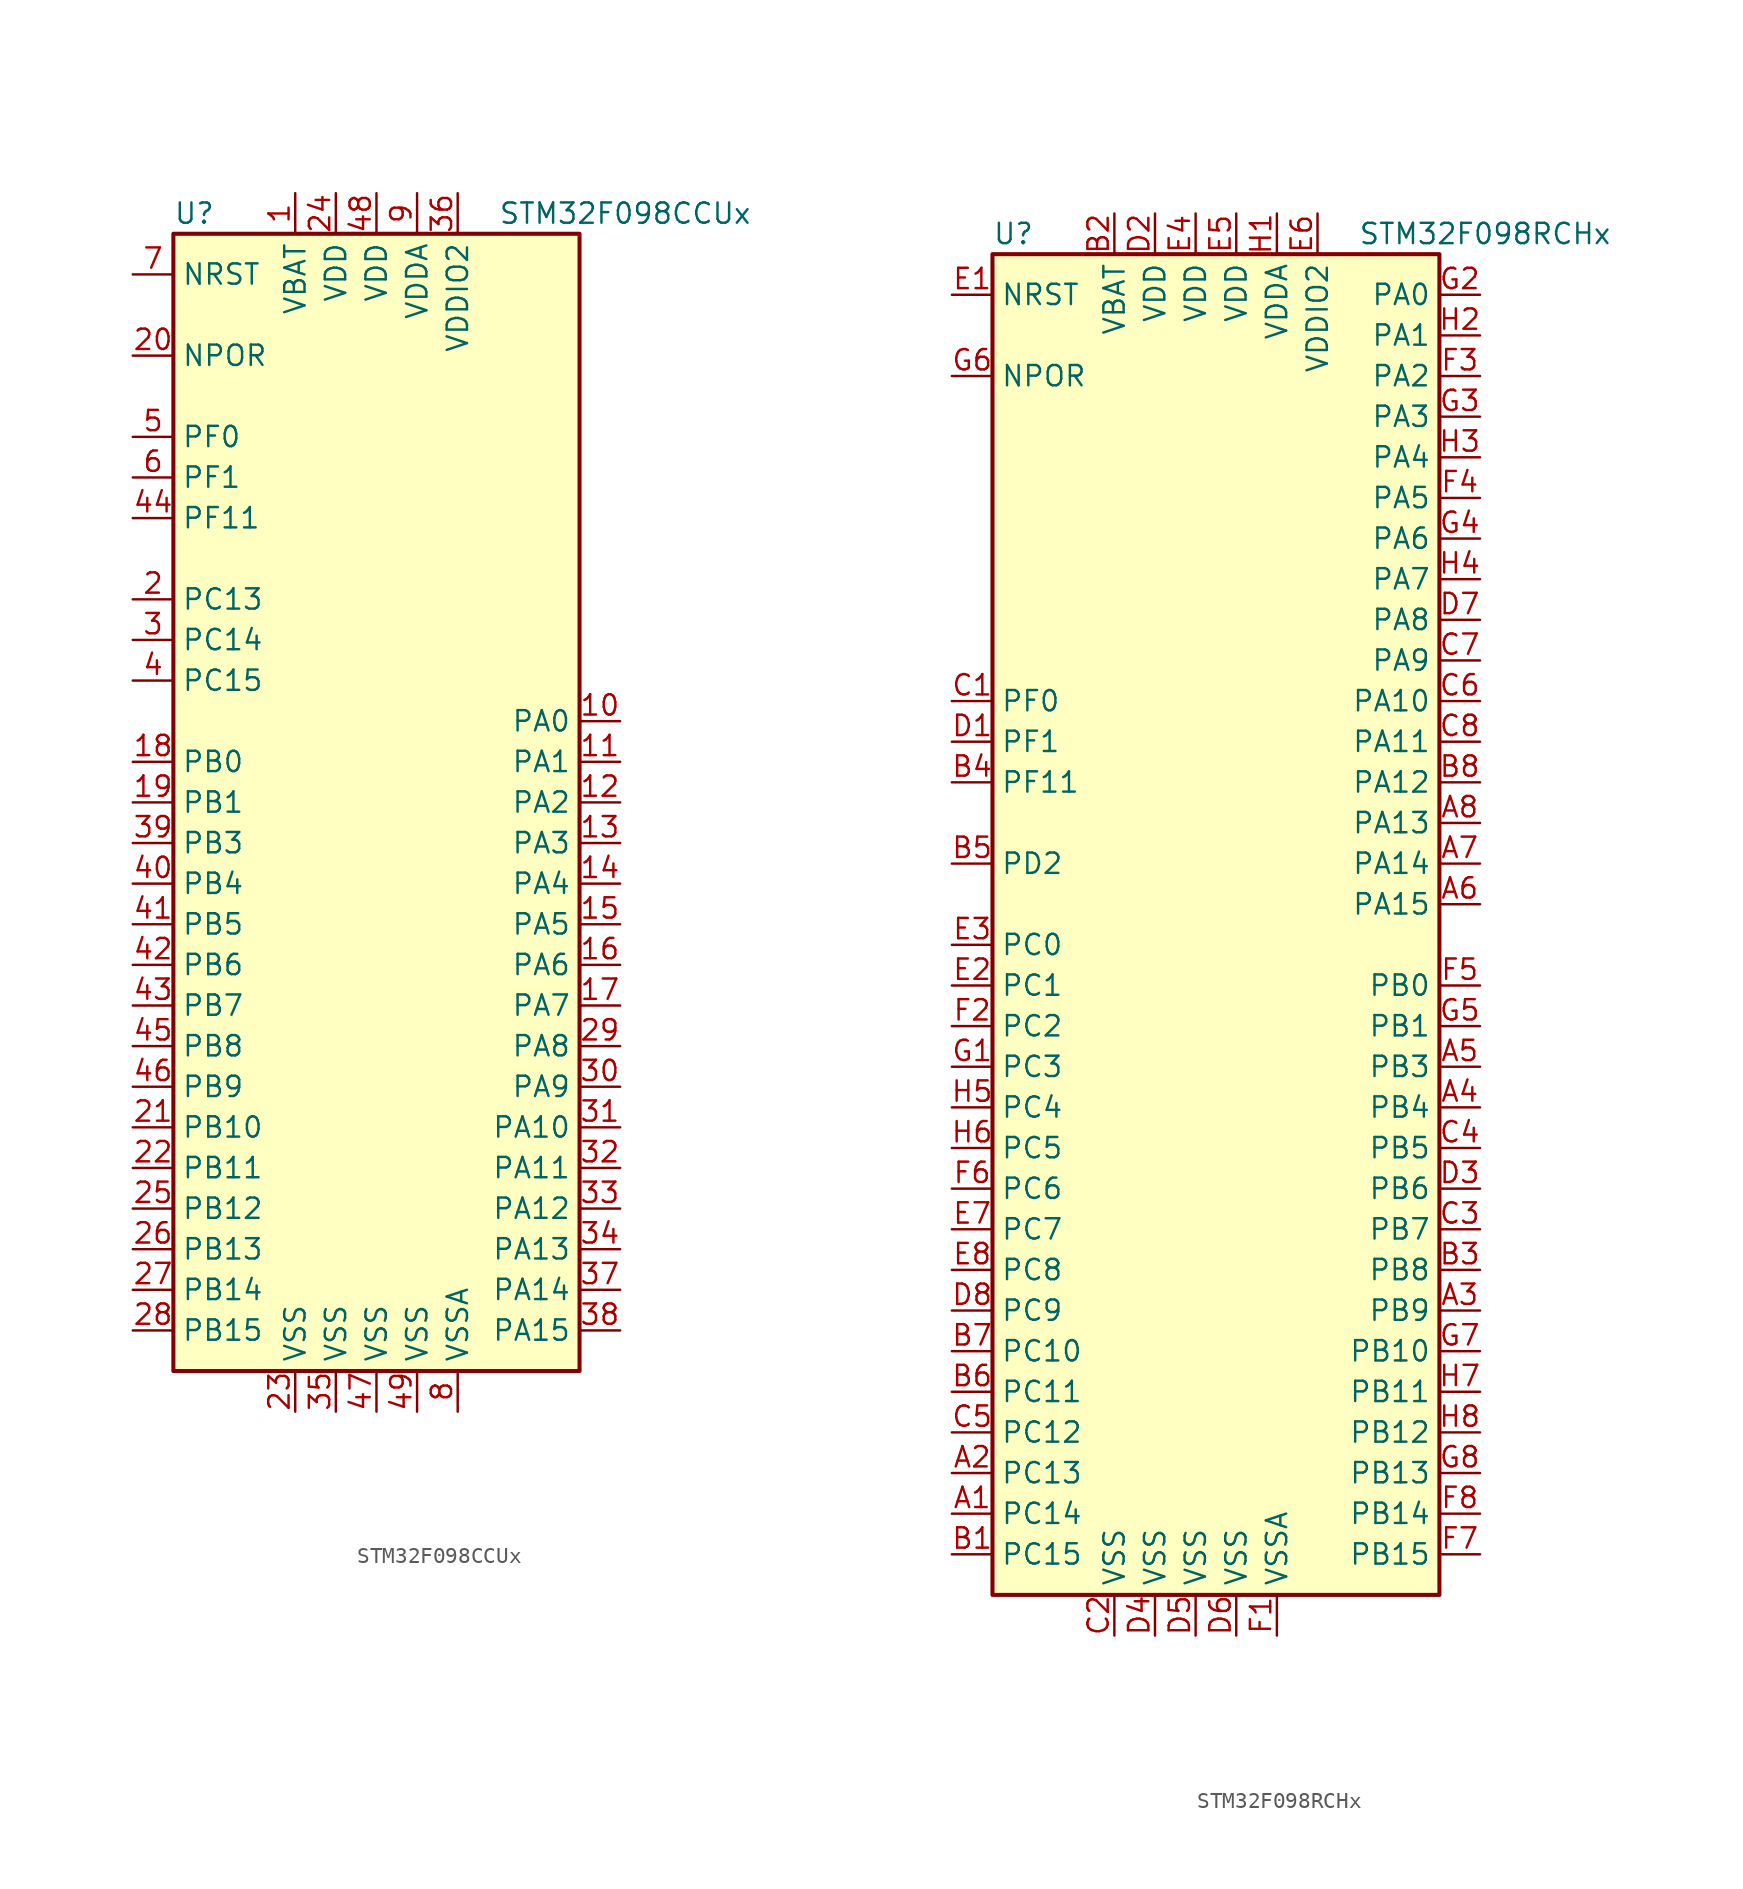
<source format=kicad_sym>
(kicad_symbol_lib
  (version 20211014)
  (generator kicad_symbol_editor)
  (symbol "STM32F098CCUx"
    (property "Reference" "U"
      (at -12.7 36.83 0)
      (effects (font (size 1.27 1.27)) (justify left)))
    (property "Value" "STM32F098CCUx"
      (at 7.62 36.83 0)
      (effects (font (size 1.27 1.27)) (justify left)))
    (symbol "STM32F098CCUx_0_1"
      (rectangle (start -12.7 -35.56) (end 12.7 35.56) (stroke (width 0.254) (type default) (color 0 0 0 0)) (fill (type background))))
    (symbol "STM32F098CCUx_1_1"
      (pin power_in line (at -5.08 38.1 270) (length 2.54) (name "VBAT" (effects (font (size 1.27 1.27)))) (number "1" (effects (font (size 1.27 1.27)))))
      (pin bidirectional line (at 15.24 5.08 180) (length 2.54) (name "PA0" (effects (font (size 1.27 1.27)))) (number "10" (effects (font (size 1.27 1.27)))))
      (pin bidirectional line (at 15.24 2.54 180) (length 2.54) (name "PA1" (effects (font (size 1.27 1.27)))) (number "11" (effects (font (size 1.27 1.27)))))
      (pin bidirectional line (at 15.24 0 180) (length 2.54) (name "PA2" (effects (font (size 1.27 1.27)))) (number "12" (effects (font (size 1.27 1.27)))))
      (pin bidirectional line (at 15.24 -2.54 180) (length 2.54) (name "PA3" (effects (font (size 1.27 1.27)))) (number "13" (effects (font (size 1.27 1.27)))))
      (pin bidirectional line (at 15.24 -5.08 180) (length 2.54) (name "PA4" (effects (font (size 1.27 1.27)))) (number "14" (effects (font (size 1.27 1.27)))))
      (pin bidirectional line (at 15.24 -7.62 180) (length 2.54) (name "PA5" (effects (font (size 1.27 1.27)))) (number "15" (effects (font (size 1.27 1.27)))))
      (pin bidirectional line (at 15.24 -10.16 180) (length 2.54) (name "PA6" (effects (font (size 1.27 1.27)))) (number "16" (effects (font (size 1.27 1.27)))))
      (pin bidirectional line (at 15.24 -12.7 180) (length 2.54) (name "PA7" (effects (font (size 1.27 1.27)))) (number "17" (effects (font (size 1.27 1.27)))))
      (pin bidirectional line (at -15.24 2.54 0) (length 2.54) (name "PB0" (effects (font (size 1.27 1.27)))) (number "18" (effects (font (size 1.27 1.27)))))
      (pin bidirectional line (at -15.24 0 0) (length 2.54) (name "PB1" (effects (font (size 1.27 1.27)))) (number "19" (effects (font (size 1.27 1.27)))))
      (pin bidirectional line (at -15.24 12.7 0) (length 2.54) (name "PC13" (effects (font (size 1.27 1.27)))) (number "2" (effects (font (size 1.27 1.27)))))
      (pin power_in line (at -15.24 27.94 0) (length 2.54) (name "NPOR" (effects (font (size 1.27 1.27)))) (number "20" (effects (font (size 1.27 1.27)))))
      (pin bidirectional line (at -15.24 -20.32 0) (length 2.54) (name "PB10" (effects (font (size 1.27 1.27)))) (number "21" (effects (font (size 1.27 1.27)))))
      (pin bidirectional line (at -15.24 -22.86 0) (length 2.54) (name "PB11" (effects (font (size 1.27 1.27)))) (number "22" (effects (font (size 1.27 1.27)))))
      (pin power_in line (at -5.08 -38.1 90) (length 2.54) (name "VSS" (effects (font (size 1.27 1.27)))) (number "23" (effects (font (size 1.27 1.27)))))
      (pin power_in line (at -2.54 38.1 270) (length 2.54) (name "VDD" (effects (font (size 1.27 1.27)))) (number "24" (effects (font (size 1.27 1.27)))))
      (pin bidirectional line (at -15.24 -25.4 0) (length 2.54) (name "PB12" (effects (font (size 1.27 1.27)))) (number "25" (effects (font (size 1.27 1.27)))))
      (pin bidirectional line (at -15.24 -27.94 0) (length 2.54) (name "PB13" (effects (font (size 1.27 1.27)))) (number "26" (effects (font (size 1.27 1.27)))))
      (pin bidirectional line (at -15.24 -30.48 0) (length 2.54) (name "PB14" (effects (font (size 1.27 1.27)))) (number "27" (effects (font (size 1.27 1.27)))))
      (pin bidirectional line (at -15.24 -33.02 0) (length 2.54) (name "PB15" (effects (font (size 1.27 1.27)))) (number "28" (effects (font (size 1.27 1.27)))))
      (pin bidirectional line (at 15.24 -15.24 180) (length 2.54) (name "PA8" (effects (font (size 1.27 1.27)))) (number "29" (effects (font (size 1.27 1.27)))))
      (pin bidirectional line (at -15.24 10.16 0) (length 2.54) (name "PC14" (effects (font (size 1.27 1.27)))) (number "3" (effects (font (size 1.27 1.27)))))
      (pin bidirectional line (at 15.24 -17.78 180) (length 2.54) (name "PA9" (effects (font (size 1.27 1.27)))) (number "30" (effects (font (size 1.27 1.27)))))
      (pin bidirectional line (at 15.24 -20.32 180) (length 2.54) (name "PA10" (effects (font (size 1.27 1.27)))) (number "31" (effects (font (size 1.27 1.27)))))
      (pin bidirectional line (at 15.24 -22.86 180) (length 2.54) (name "PA11" (effects (font (size 1.27 1.27)))) (number "32" (effects (font (size 1.27 1.27)))))
      (pin bidirectional line (at 15.24 -25.4 180) (length 2.54) (name "PA12" (effects (font (size 1.27 1.27)))) (number "33" (effects (font (size 1.27 1.27)))))
      (pin bidirectional line (at 15.24 -27.94 180) (length 2.54) (name "PA13" (effects (font (size 1.27 1.27)))) (number "34" (effects (font (size 1.27 1.27)))))
      (pin power_in line (at -2.54 -38.1 90) (length 2.54) (name "VSS" (effects (font (size 1.27 1.27)))) (number "35" (effects (font (size 1.27 1.27)))))
      (pin power_in line (at 5.08 38.1 270) (length 2.54) (name "VDDIO2" (effects (font (size 1.27 1.27)))) (number "36" (effects (font (size 1.27 1.27)))))
      (pin bidirectional line (at 15.24 -30.48 180) (length 2.54) (name "PA14" (effects (font (size 1.27 1.27)))) (number "37" (effects (font (size 1.27 1.27)))))
      (pin bidirectional line (at 15.24 -33.02 180) (length 2.54) (name "PA15" (effects (font (size 1.27 1.27)))) (number "38" (effects (font (size 1.27 1.27)))))
      (pin bidirectional line (at -15.24 -2.54 0) (length 2.54) (name "PB3" (effects (font (size 1.27 1.27)))) (number "39" (effects (font (size 1.27 1.27)))))
      (pin bidirectional line (at -15.24 7.62 0) (length 2.54) (name "PC15" (effects (font (size 1.27 1.27)))) (number "4" (effects (font (size 1.27 1.27)))))
      (pin bidirectional line (at -15.24 -5.08 0) (length 2.54) (name "PB4" (effects (font (size 1.27 1.27)))) (number "40" (effects (font (size 1.27 1.27)))))
      (pin bidirectional line (at -15.24 -7.62 0) (length 2.54) (name "PB5" (effects (font (size 1.27 1.27)))) (number "41" (effects (font (size 1.27 1.27)))))
      (pin bidirectional line (at -15.24 -10.16 0) (length 2.54) (name "PB6" (effects (font (size 1.27 1.27)))) (number "42" (effects (font (size 1.27 1.27)))))
      (pin bidirectional line (at -15.24 -12.7 0) (length 2.54) (name "PB7" (effects (font (size 1.27 1.27)))) (number "43" (effects (font (size 1.27 1.27)))))
      (pin bidirectional line (at -15.24 17.78 0) (length 2.54) (name "PF11" (effects (font (size 1.27 1.27)))) (number "44" (effects (font (size 1.27 1.27)))))
      (pin bidirectional line (at -15.24 -15.24 0) (length 2.54) (name "PB8" (effects (font (size 1.27 1.27)))) (number "45" (effects (font (size 1.27 1.27)))))
      (pin bidirectional line (at -15.24 -17.78 0) (length 2.54) (name "PB9" (effects (font (size 1.27 1.27)))) (number "46" (effects (font (size 1.27 1.27)))))
      (pin power_in line (at 0 -38.1 90) (length 2.54) (name "VSS" (effects (font (size 1.27 1.27)))) (number "47" (effects (font (size 1.27 1.27)))))
      (pin power_in line (at 0 38.1 270) (length 2.54) (name "VDD" (effects (font (size 1.27 1.27)))) (number "48" (effects (font (size 1.27 1.27)))))
      (pin power_in line (at 2.54 -38.1 90) (length 2.54) (name "VSS" (effects (font (size 1.27 1.27)))) (number "49" (effects (font (size 1.27 1.27)))))
      (pin input line (at -15.24 22.86 0) (length 2.54) (name "PF0" (effects (font (size 1.27 1.27)))) (number "5" (effects (font (size 1.27 1.27)))))
      (pin input line (at -15.24 20.32 0) (length 2.54) (name "PF1" (effects (font (size 1.27 1.27)))) (number "6" (effects (font (size 1.27 1.27)))))
      (pin input line (at -15.24 33.02 0) (length 2.54) (name "NRST" (effects (font (size 1.27 1.27)))) (number "7" (effects (font (size 1.27 1.27)))))
      (pin power_in line (at 5.08 -38.1 90) (length 2.54) (name "VSSA" (effects (font (size 1.27 1.27)))) (number "8" (effects (font (size 1.27 1.27)))))
      (pin power_in line (at 2.54 38.1 270) (length 2.54) (name "VDDA" (effects (font (size 1.27 1.27)))) (number "9" (effects (font (size 1.27 1.27)))))))
  (symbol "STM32F098RCHx"
    (property "Reference" "U"
      (at -15.24 41.91 0)
      (effects (font (size 1.27 1.27)) (justify left)))
    (property "Value" "STM32F098RCHx"
      (at 7.62 41.91 0)
      (effects (font (size 1.27 1.27)) (justify left)))
    (symbol "STM32F098RCHx_0_1"
      (rectangle (start -15.24 -43.18) (end 12.7 40.64) (stroke (width 0.254) (type default) (color 0 0 0 0)) (fill (type background))))
    (symbol "STM32F098RCHx_1_1"
      (pin bidirectional line (at -17.78 -38.1 0) (length 2.54) (name "PC14" (effects (font (size 1.27 1.27)))) (number "A1" (effects (font (size 1.27 1.27)))))
      (pin bidirectional line (at -17.78 -35.56 0) (length 2.54) (name "PC13" (effects (font (size 1.27 1.27)))) (number "A2" (effects (font (size 1.27 1.27)))))
      (pin bidirectional line (at 15.24 -25.4 180) (length 2.54) (name "PB9" (effects (font (size 1.27 1.27)))) (number "A3" (effects (font (size 1.27 1.27)))))
      (pin bidirectional line (at 15.24 -12.7 180) (length 2.54) (name "PB4" (effects (font (size 1.27 1.27)))) (number "A4" (effects (font (size 1.27 1.27)))))
      (pin bidirectional line (at 15.24 -10.16 180) (length 2.54) (name "PB3" (effects (font (size 1.27 1.27)))) (number "A5" (effects (font (size 1.27 1.27)))))
      (pin bidirectional line (at 15.24 0 180) (length 2.54) (name "PA15" (effects (font (size 1.27 1.27)))) (number "A6" (effects (font (size 1.27 1.27)))))
      (pin bidirectional line (at 15.24 2.54 180) (length 2.54) (name "PA14" (effects (font (size 1.27 1.27)))) (number "A7" (effects (font (size 1.27 1.27)))))
      (pin bidirectional line (at 15.24 5.08 180) (length 2.54) (name "PA13" (effects (font (size 1.27 1.27)))) (number "A8" (effects (font (size 1.27 1.27)))))
      (pin bidirectional line (at -17.78 -40.64 0) (length 2.54) (name "PC15" (effects (font (size 1.27 1.27)))) (number "B1" (effects (font (size 1.27 1.27)))))
      (pin power_in line (at -7.62 43.18 270) (length 2.54) (name "VBAT" (effects (font (size 1.27 1.27)))) (number "B2" (effects (font (size 1.27 1.27)))))
      (pin bidirectional line (at 15.24 -22.86 180) (length 2.54) (name "PB8" (effects (font (size 1.27 1.27)))) (number "B3" (effects (font (size 1.27 1.27)))))
      (pin bidirectional line (at -17.78 7.62 0) (length 2.54) (name "PF11" (effects (font (size 1.27 1.27)))) (number "B4" (effects (font (size 1.27 1.27)))))
      (pin bidirectional line (at -17.78 2.54 0) (length 2.54) (name "PD2" (effects (font (size 1.27 1.27)))) (number "B5" (effects (font (size 1.27 1.27)))))
      (pin bidirectional line (at -17.78 -30.48 0) (length 2.54) (name "PC11" (effects (font (size 1.27 1.27)))) (number "B6" (effects (font (size 1.27 1.27)))))
      (pin bidirectional line (at -17.78 -27.94 0) (length 2.54) (name "PC10" (effects (font (size 1.27 1.27)))) (number "B7" (effects (font (size 1.27 1.27)))))
      (pin bidirectional line (at 15.24 7.62 180) (length 2.54) (name "PA12" (effects (font (size 1.27 1.27)))) (number "B8" (effects (font (size 1.27 1.27)))))
      (pin input line (at -17.78 12.7 0) (length 2.54) (name "PF0" (effects (font (size 1.27 1.27)))) (number "C1" (effects (font (size 1.27 1.27)))))
      (pin power_in line (at -7.62 -45.72 90) (length 2.54) (name "VSS" (effects (font (size 1.27 1.27)))) (number "C2" (effects (font (size 1.27 1.27)))))
      (pin bidirectional line (at 15.24 -20.32 180) (length 2.54) (name "PB7" (effects (font (size 1.27 1.27)))) (number "C3" (effects (font (size 1.27 1.27)))))
      (pin bidirectional line (at 15.24 -15.24 180) (length 2.54) (name "PB5" (effects (font (size 1.27 1.27)))) (number "C4" (effects (font (size 1.27 1.27)))))
      (pin bidirectional line (at -17.78 -33.02 0) (length 2.54) (name "PC12" (effects (font (size 1.27 1.27)))) (number "C5" (effects (font (size 1.27 1.27)))))
      (pin bidirectional line (at 15.24 12.7 180) (length 2.54) (name "PA10" (effects (font (size 1.27 1.27)))) (number "C6" (effects (font (size 1.27 1.27)))))
      (pin bidirectional line (at 15.24 15.24 180) (length 2.54) (name "PA9" (effects (font (size 1.27 1.27)))) (number "C7" (effects (font (size 1.27 1.27)))))
      (pin bidirectional line (at 15.24 10.16 180) (length 2.54) (name "PA11" (effects (font (size 1.27 1.27)))) (number "C8" (effects (font (size 1.27 1.27)))))
      (pin input line (at -17.78 10.16 0) (length 2.54) (name "PF1" (effects (font (size 1.27 1.27)))) (number "D1" (effects (font (size 1.27 1.27)))))
      (pin power_in line (at -5.08 43.18 270) (length 2.54) (name "VDD" (effects (font (size 1.27 1.27)))) (number "D2" (effects (font (size 1.27 1.27)))))
      (pin bidirectional line (at 15.24 -17.78 180) (length 2.54) (name "PB6" (effects (font (size 1.27 1.27)))) (number "D3" (effects (font (size 1.27 1.27)))))
      (pin power_in line (at -5.08 -45.72 90) (length 2.54) (name "VSS" (effects (font (size 1.27 1.27)))) (number "D4" (effects (font (size 1.27 1.27)))))
      (pin power_in line (at -2.54 -45.72 90) (length 2.54) (name "VSS" (effects (font (size 1.27 1.27)))) (number "D5" (effects (font (size 1.27 1.27)))))
      (pin power_in line (at 0 -45.72 90) (length 2.54) (name "VSS" (effects (font (size 1.27 1.27)))) (number "D6" (effects (font (size 1.27 1.27)))))
      (pin bidirectional line (at 15.24 17.78 180) (length 2.54) (name "PA8" (effects (font (size 1.27 1.27)))) (number "D7" (effects (font (size 1.27 1.27)))))
      (pin bidirectional line (at -17.78 -25.4 0) (length 2.54) (name "PC9" (effects (font (size 1.27 1.27)))) (number "D8" (effects (font (size 1.27 1.27)))))
      (pin input line (at -17.78 38.1 0) (length 2.54) (name "NRST" (effects (font (size 1.27 1.27)))) (number "E1" (effects (font (size 1.27 1.27)))))
      (pin bidirectional line (at -17.78 -5.08 0) (length 2.54) (name "PC1" (effects (font (size 1.27 1.27)))) (number "E2" (effects (font (size 1.27 1.27)))))
      (pin bidirectional line (at -17.78 -2.54 0) (length 2.54) (name "PC0" (effects (font (size 1.27 1.27)))) (number "E3" (effects (font (size 1.27 1.27)))))
      (pin power_in line (at -2.54 43.18 270) (length 2.54) (name "VDD" (effects (font (size 1.27 1.27)))) (number "E4" (effects (font (size 1.27 1.27)))))
      (pin power_in line (at 0 43.18 270) (length 2.54) (name "VDD" (effects (font (size 1.27 1.27)))) (number "E5" (effects (font (size 1.27 1.27)))))
      (pin power_in line (at 5.08 43.18 270) (length 2.54) (name "VDDIO2" (effects (font (size 1.27 1.27)))) (number "E6" (effects (font (size 1.27 1.27)))))
      (pin bidirectional line (at -17.78 -20.32 0) (length 2.54) (name "PC7" (effects (font (size 1.27 1.27)))) (number "E7" (effects (font (size 1.27 1.27)))))
      (pin bidirectional line (at -17.78 -22.86 0) (length 2.54) (name "PC8" (effects (font (size 1.27 1.27)))) (number "E8" (effects (font (size 1.27 1.27)))))
      (pin power_in line (at 2.54 -45.72 90) (length 2.54) (name "VSSA" (effects (font (size 1.27 1.27)))) (number "F1" (effects (font (size 1.27 1.27)))))
      (pin bidirectional line (at -17.78 -7.62 0) (length 2.54) (name "PC2" (effects (font (size 1.27 1.27)))) (number "F2" (effects (font (size 1.27 1.27)))))
      (pin bidirectional line (at 15.24 33.02 180) (length 2.54) (name "PA2" (effects (font (size 1.27 1.27)))) (number "F3" (effects (font (size 1.27 1.27)))))
      (pin bidirectional line (at 15.24 25.4 180) (length 2.54) (name "PA5" (effects (font (size 1.27 1.27)))) (number "F4" (effects (font (size 1.27 1.27)))))
      (pin bidirectional line (at 15.24 -5.08 180) (length 2.54) (name "PB0" (effects (font (size 1.27 1.27)))) (number "F5" (effects (font (size 1.27 1.27)))))
      (pin bidirectional line (at -17.78 -17.78 0) (length 2.54) (name "PC6" (effects (font (size 1.27 1.27)))) (number "F6" (effects (font (size 1.27 1.27)))))
      (pin bidirectional line (at 15.24 -40.64 180) (length 2.54) (name "PB15" (effects (font (size 1.27 1.27)))) (number "F7" (effects (font (size 1.27 1.27)))))
      (pin bidirectional line (at 15.24 -38.1 180) (length 2.54) (name "PB14" (effects (font (size 1.27 1.27)))) (number "F8" (effects (font (size 1.27 1.27)))))
      (pin bidirectional line (at -17.78 -10.16 0) (length 2.54) (name "PC3" (effects (font (size 1.27 1.27)))) (number "G1" (effects (font (size 1.27 1.27)))))
      (pin bidirectional line (at 15.24 38.1 180) (length 2.54) (name "PA0" (effects (font (size 1.27 1.27)))) (number "G2" (effects (font (size 1.27 1.27)))))
      (pin bidirectional line (at 15.24 30.48 180) (length 2.54) (name "PA3" (effects (font (size 1.27 1.27)))) (number "G3" (effects (font (size 1.27 1.27)))))
      (pin bidirectional line (at 15.24 22.86 180) (length 2.54) (name "PA6" (effects (font (size 1.27 1.27)))) (number "G4" (effects (font (size 1.27 1.27)))))
      (pin bidirectional line (at 15.24 -7.62 180) (length 2.54) (name "PB1" (effects (font (size 1.27 1.27)))) (number "G5" (effects (font (size 1.27 1.27)))))
      (pin power_in line (at -17.78 33.02 0) (length 2.54) (name "NPOR" (effects (font (size 1.27 1.27)))) (number "G6" (effects (font (size 1.27 1.27)))))
      (pin bidirectional line (at 15.24 -27.94 180) (length 2.54) (name "PB10" (effects (font (size 1.27 1.27)))) (number "G7" (effects (font (size 1.27 1.27)))))
      (pin bidirectional line (at 15.24 -35.56 180) (length 2.54) (name "PB13" (effects (font (size 1.27 1.27)))) (number "G8" (effects (font (size 1.27 1.27)))))
      (pin power_in line (at 2.54 43.18 270) (length 2.54) (name "VDDA" (effects (font (size 1.27 1.27)))) (number "H1" (effects (font (size 1.27 1.27)))))
      (pin bidirectional line (at 15.24 35.56 180) (length 2.54) (name "PA1" (effects (font (size 1.27 1.27)))) (number "H2" (effects (font (size 1.27 1.27)))))
      (pin bidirectional line (at 15.24 27.94 180) (length 2.54) (name "PA4" (effects (font (size 1.27 1.27)))) (number "H3" (effects (font (size 1.27 1.27)))))
      (pin bidirectional line (at 15.24 20.32 180) (length 2.54) (name "PA7" (effects (font (size 1.27 1.27)))) (number "H4" (effects (font (size 1.27 1.27)))))
      (pin bidirectional line (at -17.78 -12.7 0) (length 2.54) (name "PC4" (effects (font (size 1.27 1.27)))) (number "H5" (effects (font (size 1.27 1.27)))))
      (pin bidirectional line (at -17.78 -15.24 0) (length 2.54) (name "PC5" (effects (font (size 1.27 1.27)))) (number "H6" (effects (font (size 1.27 1.27)))))
      (pin bidirectional line (at 15.24 -30.48 180) (length 2.54) (name "PB11" (effects (font (size 1.27 1.27)))) (number "H7" (effects (font (size 1.27 1.27)))))
      (pin bidirectional line (at 15.24 -33.02 180) (length 2.54) (name "PB12" (effects (font (size 1.27 1.27)))) (number "H8" (effects (font (size 1.27 1.27))))))))
</source>
